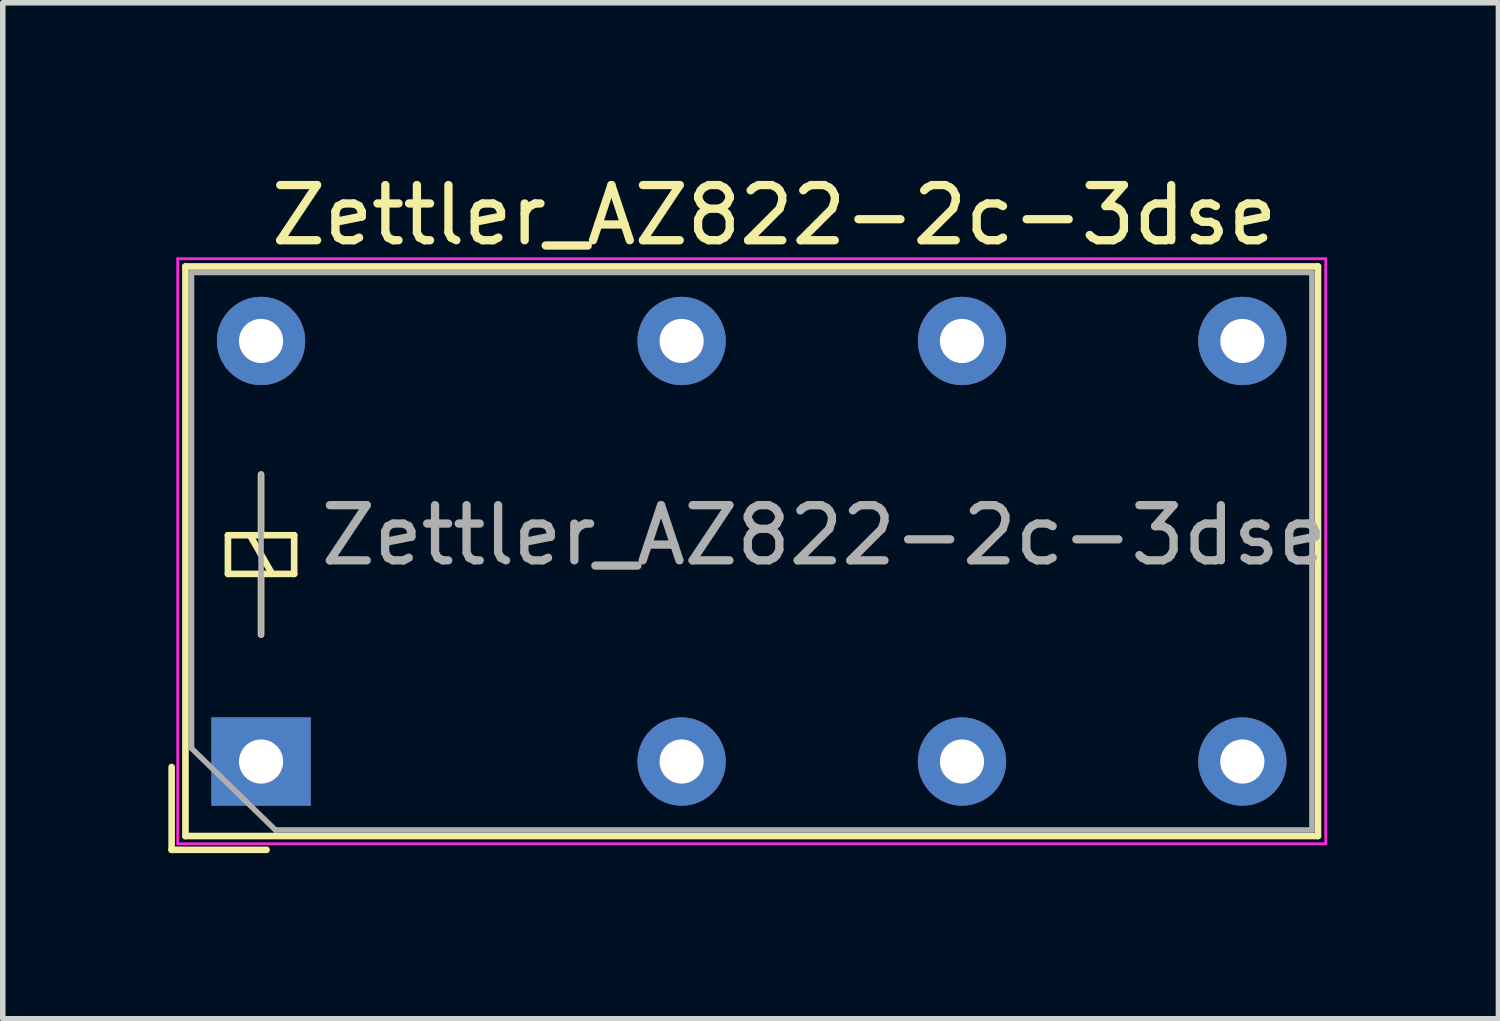
<source format=kicad_pcb>
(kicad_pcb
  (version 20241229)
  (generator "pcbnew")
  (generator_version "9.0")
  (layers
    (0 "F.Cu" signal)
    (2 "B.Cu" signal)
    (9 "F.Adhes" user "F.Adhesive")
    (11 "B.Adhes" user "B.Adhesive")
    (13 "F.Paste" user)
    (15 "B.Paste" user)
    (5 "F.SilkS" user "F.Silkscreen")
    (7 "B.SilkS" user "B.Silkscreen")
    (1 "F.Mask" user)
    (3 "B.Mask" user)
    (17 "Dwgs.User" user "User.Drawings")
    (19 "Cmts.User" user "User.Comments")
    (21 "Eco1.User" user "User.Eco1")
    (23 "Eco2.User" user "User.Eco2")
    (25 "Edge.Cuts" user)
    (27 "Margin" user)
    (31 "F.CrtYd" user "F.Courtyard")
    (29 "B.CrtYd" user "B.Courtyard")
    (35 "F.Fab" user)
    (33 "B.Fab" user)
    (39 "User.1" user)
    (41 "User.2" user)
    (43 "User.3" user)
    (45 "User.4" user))
  (footprint "Zettler_AZ822-2c-3dse"
    (layer "F.Cu")
    (at 1.68 10.748)
    (property "Reference" "Zettler_AZ822-2c-3dse" (at 9.3 -9.9 0) (layer "F.SilkS") (effects (font (size 1 1) (thickness 0.15))))
    (attr through_hole)
    (fp_line (start -1.62 1.6) (end -1.62 0.1) (stroke (width 0.12) (type solid)) (layer "F.SilkS"))
    (fp_line (start -1.37 -8.97) (end 19.15 -8.97) (stroke (width 0.12) (type solid)) (layer "F.SilkS"))
    (fp_line (start -1.37 1.35) (end -1.37 -8.97) (stroke (width 0.12) (type solid)) (layer "F.SilkS"))
    (fp_line (start -0.6 -4.1) (end -0.6 -3.4) (stroke (width 0.12) (type solid)) (layer "F.SilkS"))
    (fp_line (start -0.6 -3.4) (end 0.6 -3.4) (stroke (width 0.12) (type solid)) (layer "F.SilkS"))
    (fp_line (start 0 -4.1) (end 0 -5.2) (stroke (width 0.12) (type solid)) (layer "F.SilkS"))
    (fp_line (start 0 -3.4) (end 0 -2.3) (stroke (width 0.12) (type solid)) (layer "F.SilkS"))
    (fp_line (start 0.1 1.6) (end -1.62 1.6) (stroke (width 0.12) (type solid)) (layer "F.SilkS"))
    (fp_line (start 0.2 -3.4) (end -0.2 -4.1) (stroke (width 0.12) (type solid)) (layer "F.SilkS"))
    (fp_line (start 0.6 -4.1) (end -0.6 -4.1) (stroke (width 0.12) (type solid)) (layer "F.SilkS"))
    (fp_line (start 0.6 -3.4) (end 0.6 -4.1) (stroke (width 0.12) (type solid)) (layer "F.SilkS"))
    (fp_line (start 19.15 -8.97) (end 19.15 1.35) (stroke (width 0.12) (type solid)) (layer "F.SilkS"))
    (fp_line (start 19.15 1.35) (end -1.37 1.35) (stroke (width 0.12) (type solid)) (layer "F.SilkS"))
    (fp_line (start -1.51 -9.11) (end -1.51 1.49) (stroke (width 0.05) (type solid)) (layer "F.CrtYd"))
    (fp_line (start -1.51 -9.11) (end 19.29 -9.11) (stroke (width 0.05) (type solid)) (layer "F.CrtYd"))
    (fp_line (start 19.29 1.49) (end -1.51 1.49) (stroke (width 0.05) (type solid)) (layer "F.CrtYd"))
    (fp_line (start 19.29 1.49) (end 19.29 -9.11) (stroke (width 0.05) (type solid)) (layer "F.CrtYd"))
    (fp_line (start -1.26 -8.86) (end 19.04 -8.86) (stroke (width 0.1) (type solid)) (layer "F.Fab"))
    (fp_line (start -1.26 -0.24) (end -1.26 -8.86) (stroke (width 0.1) (type solid)) (layer "F.Fab"))
    (fp_line (start 0 -2.3) (end 0 -5.2) (stroke (width 0.1) (type solid)) (layer "F.Fab"))
    (fp_line (start 0.26 1.24) (end -1.26 -0.24) (stroke (width 0.1) (type solid)) (layer "F.Fab"))
    (fp_line (start 19.04 -8.86) (end 19.04 1.24) (stroke (width 0.1) (type solid)) (layer "F.Fab"))
    (fp_line (start 19.04 1.24) (end 0.26 1.24) (stroke (width 0.1) (type solid)) (layer "F.Fab"))
    (fp_text user "${REFERENCE}" (at 10.2 -4.1 180) (layer "F.Fab") (effects (font (size 1 1) (thickness 0.15))))
    (pad "11" thru_hole circle (at 7.62 0 90) (size 1.6 1.6) (drill 0.8) (layers "*.Cu" "*.Mask"))
    (pad "12" thru_hole circle (at 12.7 0 90) (size 1.6 1.6) (drill 0.8) (layers "*.Cu" "*.Mask"))
    (pad "14" thru_hole circle (at 17.78 0 90) (size 1.6 1.6) (drill 0.8) (layers "*.Cu" "*.Mask"))
    (pad "21" thru_hole circle (at 7.62 -7.62 90) (size 1.6 1.6) (drill 0.8) (layers "*.Cu" "*.Mask"))
    (pad "22" thru_hole circle (at 12.7 -7.62 90) (size 1.6 1.6) (drill 0.8) (layers "*.Cu" "*.Mask"))
    (pad "24" thru_hole circle (at 17.78 -7.62 180) (size 1.6 1.6) (drill 0.8) (layers "*.Cu" "*.Mask"))
    (pad "A1" thru_hole rect (at 0 0 90) (size 1.6 1.8) (drill 0.8) (layers "*.Cu" "*.Mask"))
    (pad "A2" thru_hole circle (at 0 -7.62 90) (size 1.6 1.6) (drill 0.8) (layers "*.Cu" "*.Mask")))
  (gr_rect
    (start -3 -3)
    (end 24.1 15.408)
    (stroke (width 0.1) (type default))
    (fill no)
    (layer "Edge.Cuts")))
</source>
